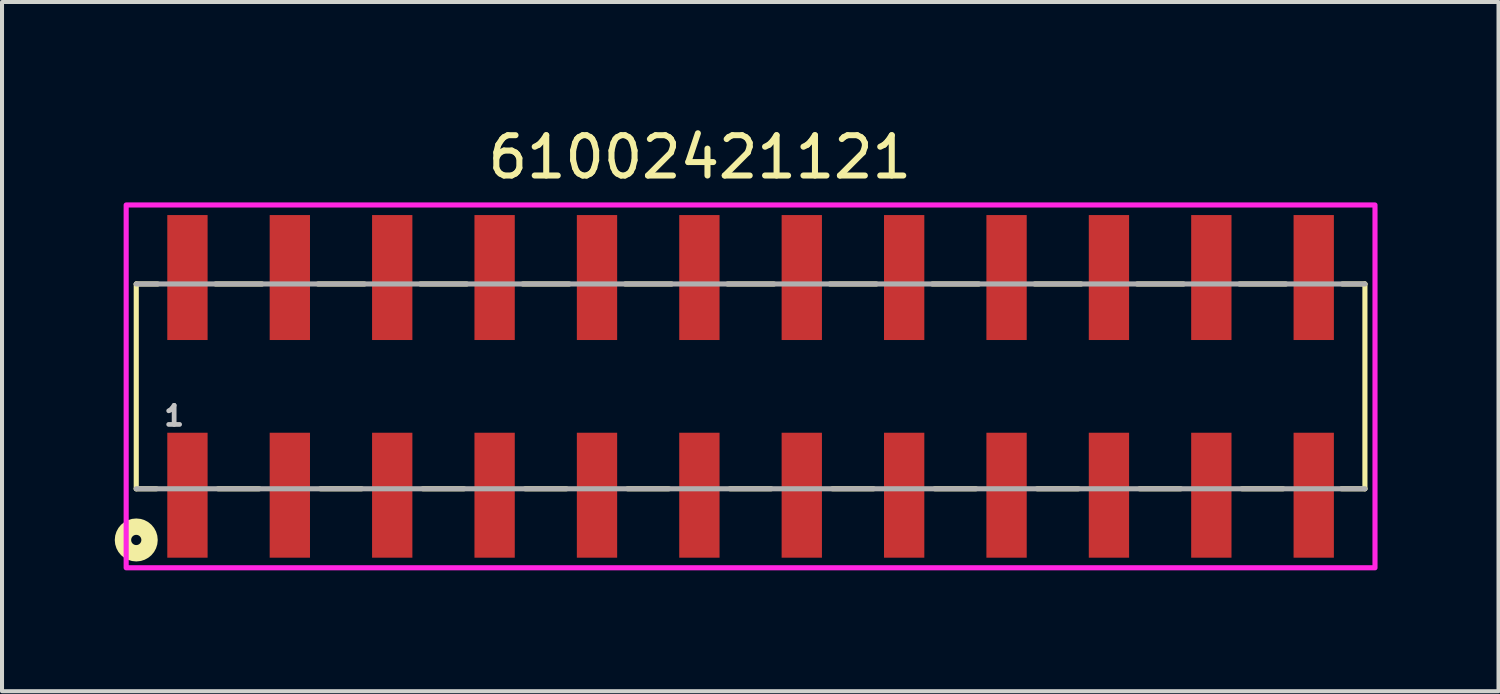
<source format=kicad_pcb>
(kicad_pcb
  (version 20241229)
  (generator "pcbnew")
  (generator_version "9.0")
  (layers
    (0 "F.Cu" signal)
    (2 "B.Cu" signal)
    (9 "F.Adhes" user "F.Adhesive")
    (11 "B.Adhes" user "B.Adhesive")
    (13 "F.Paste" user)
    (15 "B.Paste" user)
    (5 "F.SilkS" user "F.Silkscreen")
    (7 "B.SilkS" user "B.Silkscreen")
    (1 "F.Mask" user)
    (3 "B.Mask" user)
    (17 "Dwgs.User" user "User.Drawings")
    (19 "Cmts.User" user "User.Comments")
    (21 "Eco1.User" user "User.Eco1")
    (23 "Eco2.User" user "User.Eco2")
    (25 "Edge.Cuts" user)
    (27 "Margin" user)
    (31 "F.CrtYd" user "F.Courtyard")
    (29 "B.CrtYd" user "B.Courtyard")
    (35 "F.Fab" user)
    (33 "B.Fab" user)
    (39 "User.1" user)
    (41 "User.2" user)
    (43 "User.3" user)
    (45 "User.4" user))
  (footprint "61002421121"
    (layer "F.Cu")
    (at 15.57 6.535)
    (property "Reference" "61002421121" (at -1.26 -5.686 0) (layer "F.SilkS") (effects (font (size 1 1) (thickness 0.15))))
    (attr smd)
    (fp_line (start -15.24 -2.54) (end -15.24 2.54) (stroke (width 0.127) (type solid)) (layer "F.SilkS"))
    (fp_line (start -14.74 2.54) (end -15.24 2.54) (stroke (width 0.127) (type solid)) (layer "F.SilkS"))
    (fp_line (start -14.71 -2.54) (end -15.24 -2.54) (stroke (width 0.127) (type solid)) (layer "F.SilkS"))
    (fp_line (start -13.27 -2.54) (end -12.12 -2.54) (stroke (width 0.127) (type solid)) (layer "F.SilkS"))
    (fp_line (start -13.21 2.54) (end -12.19 2.54) (stroke (width 0.127) (type solid)) (layer "F.SilkS"))
    (fp_line (start -10.73 -2.54) (end -9.58 -2.54) (stroke (width 0.127) (type solid)) (layer "F.SilkS"))
    (fp_line (start -10.67 2.54) (end -9.65 2.54) (stroke (width 0.127) (type solid)) (layer "F.SilkS"))
    (fp_line (start -8.19 -2.54) (end -7.04 -2.54) (stroke (width 0.127) (type solid)) (layer "F.SilkS"))
    (fp_line (start -8.13 2.54) (end -7.11 2.54) (stroke (width 0.127) (type solid)) (layer "F.SilkS"))
    (fp_line (start -5.65 -2.54) (end -4.5 -2.54) (stroke (width 0.127) (type solid)) (layer "F.SilkS"))
    (fp_line (start -5.59 2.54) (end -4.57 2.54) (stroke (width 0.127) (type solid)) (layer "F.SilkS"))
    (fp_line (start -3.11 -2.54) (end -1.96 -2.54) (stroke (width 0.127) (type solid)) (layer "F.SilkS"))
    (fp_line (start -3.05 2.54) (end -2.03 2.54) (stroke (width 0.127) (type solid)) (layer "F.SilkS"))
    (fp_line (start -0.57 -2.54) (end 0.58 -2.54) (stroke (width 0.127) (type solid)) (layer "F.SilkS"))
    (fp_line (start -0.51 2.54) (end 0.51 2.54) (stroke (width 0.127) (type solid)) (layer "F.SilkS"))
    (fp_line (start 1.97 -2.54) (end 3.12 -2.54) (stroke (width 0.127) (type solid)) (layer "F.SilkS"))
    (fp_line (start 2.03 2.54) (end 3.05 2.54) (stroke (width 0.127) (type solid)) (layer "F.SilkS"))
    (fp_line (start 4.51 -2.54) (end 5.66 -2.54) (stroke (width 0.127) (type solid)) (layer "F.SilkS"))
    (fp_line (start 4.57 2.54) (end 5.59 2.54) (stroke (width 0.127) (type solid)) (layer "F.SilkS"))
    (fp_line (start 7.05 -2.54) (end 8.2 -2.54) (stroke (width 0.127) (type solid)) (layer "F.SilkS"))
    (fp_line (start 7.11 2.54) (end 8.13 2.54) (stroke (width 0.127) (type solid)) (layer "F.SilkS"))
    (fp_line (start 9.59 -2.54) (end 10.74 -2.54) (stroke (width 0.127) (type solid)) (layer "F.SilkS"))
    (fp_line (start 9.65 2.54) (end 10.67 2.54) (stroke (width 0.127) (type solid)) (layer "F.SilkS"))
    (fp_line (start 12.13 -2.54) (end 13.28 -2.54) (stroke (width 0.127) (type solid)) (layer "F.SilkS"))
    (fp_line (start 12.19 2.54) (end 13.21 2.54) (stroke (width 0.127) (type solid)) (layer "F.SilkS"))
    (fp_line (start 14.66 2.54) (end 15.24 2.54) (stroke (width 0.127) (type solid)) (layer "F.SilkS"))
    (fp_line (start 14.68 -2.54) (end 15.24 -2.54) (stroke (width 0.127) (type solid)) (layer "F.SilkS"))
    (fp_line (start 15.24 2.54) (end 15.24 -2.54) (stroke (width 0.127) (type solid)) (layer "F.SilkS"))
    (fp_circle (center -15.24 3.81) (end -15.113 3.81) (stroke (width 0.406) (type solid)) (fill no) (layer "F.SilkS"))
    (fp_poly (pts (xy -15.49 -4.5) (xy 15.49 -4.5) (xy 15.49 4.5) (xy -15.49 4.5)) (stroke (width 0.127) (type solid)) (fill no) (layer "F.CrtYd"))
    (fp_line (start -15.24 2.54) (end 15.24 2.54) (stroke (width 0.127) (type solid)) (layer "F.Fab"))
    (fp_line (start 15.24 -2.54) (end -15.24 -2.54) (stroke (width 0.127) (type solid)) (layer "F.Fab"))
    (fp_text user "1" (at -14.3 0.731 0) (layer "Dwgs.User") (effects (font (size 0.473 0.473) (thickness 0.15))))
    (pad "1" smd rect (at -13.97 2.7 90) (size 3.1 1) (layers "F.Cu" "F.Mask" "F.Paste"))
    (pad "2" smd rect (at -13.97 -2.7 90) (size 3.1 1) (layers "F.Cu" "F.Mask" "F.Paste"))
    (pad "3" smd rect (at -11.43 2.7 90) (size 3.1 1) (layers "F.Cu" "F.Mask" "F.Paste"))
    (pad "4" smd rect (at -11.43 -2.7 90) (size 3.1 1) (layers "F.Cu" "F.Mask" "F.Paste"))
    (pad "5" smd rect (at -8.89 2.7 90) (size 3.1 1) (layers "F.Cu" "F.Mask" "F.Paste"))
    (pad "6" smd rect (at -8.89 -2.7 90) (size 3.1 1) (layers "F.Cu" "F.Mask" "F.Paste"))
    (pad "7" smd rect (at -6.35 2.7 90) (size 3.1 1) (layers "F.Cu" "F.Mask" "F.Paste"))
    (pad "8" smd rect (at -6.35 -2.7 90) (size 3.1 1) (layers "F.Cu" "F.Mask" "F.Paste"))
    (pad "9" smd rect (at -3.81 2.7 90) (size 3.1 1) (layers "F.Cu" "F.Mask" "F.Paste"))
    (pad "10" smd rect (at -3.81 -2.7 90) (size 3.1 1) (layers "F.Cu" "F.Mask" "F.Paste"))
    (pad "11" smd rect (at -1.27 2.7 90) (size 3.1 1) (layers "F.Cu" "F.Mask" "F.Paste"))
    (pad "12" smd rect (at -1.27 -2.7 90) (size 3.1 1) (layers "F.Cu" "F.Mask" "F.Paste"))
    (pad "13" smd rect (at 1.27 2.7 90) (size 3.1 1) (layers "F.Cu" "F.Mask" "F.Paste"))
    (pad "14" smd rect (at 1.27 -2.7 90) (size 3.1 1) (layers "F.Cu" "F.Mask" "F.Paste"))
    (pad "15" smd rect (at 3.81 2.7 90) (size 3.1 1) (layers "F.Cu" "F.Mask" "F.Paste"))
    (pad "16" smd rect (at 3.81 -2.7 90) (size 3.1 1) (layers "F.Cu" "F.Mask" "F.Paste"))
    (pad "17" smd rect (at 6.35 2.7 90) (size 3.1 1) (layers "F.Cu" "F.Mask" "F.Paste"))
    (pad "18" smd rect (at 6.35 -2.7 90) (size 3.1 1) (layers "F.Cu" "F.Mask" "F.Paste"))
    (pad "19" smd rect (at 8.89 2.7 90) (size 3.1 1) (layers "F.Cu" "F.Mask" "F.Paste"))
    (pad "20" smd rect (at 8.89 -2.7 90) (size 3.1 1) (layers "F.Cu" "F.Mask" "F.Paste"))
    (pad "21" smd rect (at 11.43 2.7 90) (size 3.1 1) (layers "F.Cu" "F.Mask" "F.Paste"))
    (pad "22" smd rect (at 11.43 -2.7 90) (size 3.1 1) (layers "F.Cu" "F.Mask" "F.Paste"))
    (pad "23" smd rect (at 13.97 2.7 90) (size 3.1 1) (layers "F.Cu" "F.Mask" "F.Paste"))
    (pad "24" smd rect (at 13.97 -2.7 90) (size 3.1 1) (layers "F.Cu" "F.Mask" "F.Paste")))
  (gr_rect
    (start -3 -3)
    (end 34.124 14.098)
    (stroke (width 0.1) (type default))
    (fill no)
    (layer "Edge.Cuts")))
</source>
